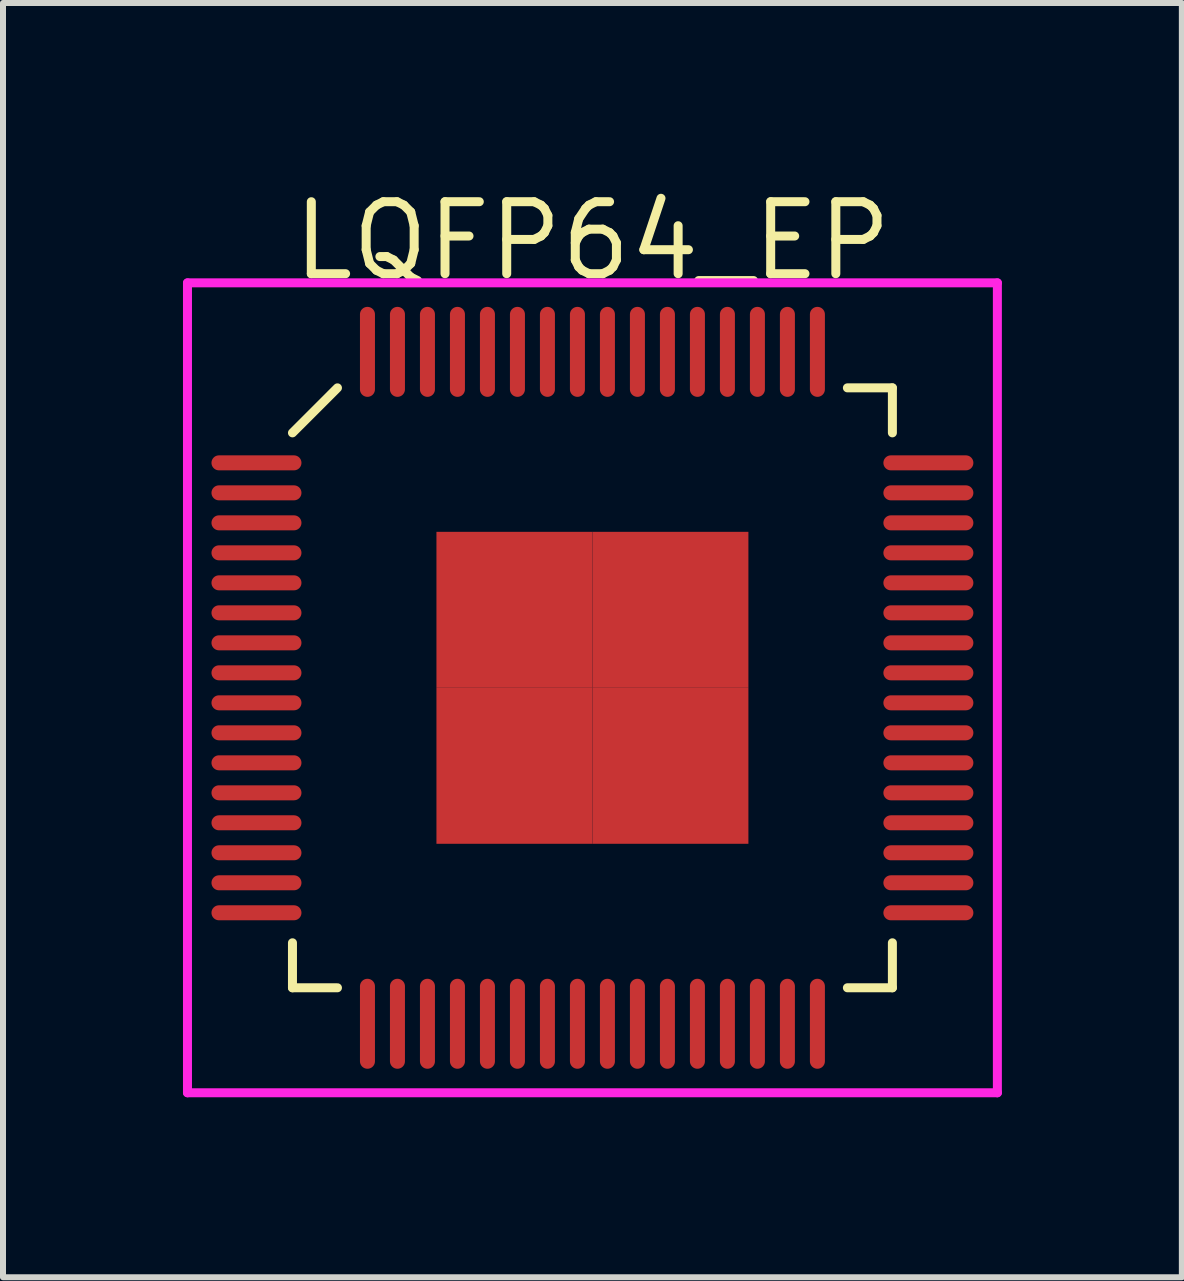
<source format=kicad_pcb>
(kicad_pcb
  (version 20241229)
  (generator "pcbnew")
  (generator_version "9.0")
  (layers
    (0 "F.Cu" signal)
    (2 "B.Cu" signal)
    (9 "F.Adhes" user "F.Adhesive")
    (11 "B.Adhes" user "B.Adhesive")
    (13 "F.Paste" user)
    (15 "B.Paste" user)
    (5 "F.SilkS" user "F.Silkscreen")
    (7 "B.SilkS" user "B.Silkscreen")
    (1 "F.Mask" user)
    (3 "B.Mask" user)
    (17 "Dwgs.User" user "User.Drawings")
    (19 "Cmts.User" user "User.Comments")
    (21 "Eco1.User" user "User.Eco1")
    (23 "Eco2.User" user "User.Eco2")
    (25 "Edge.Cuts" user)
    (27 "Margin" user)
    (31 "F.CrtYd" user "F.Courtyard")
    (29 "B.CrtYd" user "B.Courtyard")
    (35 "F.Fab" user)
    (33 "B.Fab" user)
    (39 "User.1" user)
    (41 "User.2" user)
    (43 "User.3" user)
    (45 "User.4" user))
  (footprint "LQFP64_EP"
    (layer "F.Cu")
    (at 6.825 8.415)
    (property "Reference" "LQFP64_EP" (at 0 -7.45 0) (layer "F.SilkS") (effects (font (size 1.2 1.2) (thickness 0.15))))
    (attr through_hole)
    (fp_line (start -5 -4.25) (end -4.25 -5) (stroke (width 0.15) (type solid)) (layer "F.SilkS"))
    (fp_line (start -5 5) (end -5 4.25) (stroke (width 0.15) (type solid)) (layer "F.SilkS"))
    (fp_line (start -4.25 5) (end -5 5) (stroke (width 0.15) (type solid)) (layer "F.SilkS"))
    (fp_line (start 4.25 -5) (end 5 -5) (stroke (width 0.15) (type solid)) (layer "F.SilkS"))
    (fp_line (start 4.25 5) (end 5 5) (stroke (width 0.15) (type solid)) (layer "F.SilkS"))
    (fp_line (start 5 -5) (end 5 -4.25) (stroke (width 0.15) (type solid)) (layer "F.SilkS"))
    (fp_line (start 5 5) (end 5 4.25) (stroke (width 0.15) (type solid)) (layer "F.SilkS"))
    (fp_line (start -6.75 -6.75) (end 6.75 -6.75) (stroke (width 0.15) (type solid)) (layer "F.CrtYd"))
    (fp_line (start -6.75 6.75) (end -6.75 -6.75) (stroke (width 0.15) (type solid)) (layer "F.CrtYd"))
    (fp_line (start 6.75 -6.75) (end 6.75 6.75) (stroke (width 0.15) (type solid)) (layer "F.CrtYd"))
    (fp_line (start 6.75 6.75) (end -6.75 6.75) (stroke (width 0.15) (type solid)) (layer "F.CrtYd"))
    (pad "1" smd oval (at -5.6 -3.75 90) (size 0.25 1.5) (layers "F.Cu" "F.Mask" "F.Paste"))
    (pad "2" smd oval (at -5.6 -3.25 90) (size 0.25 1.5) (layers "F.Cu" "F.Mask" "F.Paste"))
    (pad "3" smd oval (at -5.6 -2.75 90) (size 0.25 1.5) (layers "F.Cu" "F.Mask" "F.Paste"))
    (pad "4" smd oval (at -5.6 -2.25 90) (size 0.25 1.5) (layers "F.Cu" "F.Mask" "F.Paste"))
    (pad "5" smd oval (at -5.6 -1.75 90) (size 0.25 1.5) (layers "F.Cu" "F.Mask" "F.Paste"))
    (pad "6" smd oval (at -5.6 -1.25 90) (size 0.25 1.5) (layers "F.Cu" "F.Mask" "F.Paste"))
    (pad "7" smd oval (at -5.6 -0.75 90) (size 0.25 1.5) (layers "F.Cu" "F.Mask" "F.Paste"))
    (pad "8" smd oval (at -5.6 -0.25 90) (size 0.25 1.5) (layers "F.Cu" "F.Mask" "F.Paste"))
    (pad "9" smd oval (at -5.6 0.25 90) (size 0.25 1.5) (layers "F.Cu" "F.Mask" "F.Paste"))
    (pad "10" smd oval (at -5.6 0.75 90) (size 0.25 1.5) (layers "F.Cu" "F.Mask" "F.Paste"))
    (pad "11" smd oval (at -5.6 1.25 90) (size 0.25 1.5) (layers "F.Cu" "F.Mask" "F.Paste"))
    (pad "12" smd oval (at -5.6 1.75 90) (size 0.25 1.5) (layers "F.Cu" "F.Mask" "F.Paste"))
    (pad "13" smd oval (at -5.6 2.25 90) (size 0.25 1.5) (layers "F.Cu" "F.Mask" "F.Paste"))
    (pad "14" smd oval (at -5.6 2.75 90) (size 0.25 1.5) (layers "F.Cu" "F.Mask" "F.Paste"))
    (pad "15" smd oval (at -5.6 3.25 90) (size 0.25 1.5) (layers "F.Cu" "F.Mask" "F.Paste"))
    (pad "16" smd oval (at -5.6 3.75 90) (size 0.25 1.5) (layers "F.Cu" "F.Mask" "F.Paste"))
    (pad "17" smd oval (at -3.75 5.6) (size 0.25 1.5) (layers "F.Cu" "F.Mask" "F.Paste"))
    (pad "18" smd oval (at -3.25 5.6) (size 0.25 1.5) (layers "F.Cu" "F.Mask" "F.Paste"))
    (pad "19" smd oval (at -2.75 5.6) (size 0.25 1.5) (layers "F.Cu" "F.Mask" "F.Paste"))
    (pad "20" smd oval (at -2.25 5.6) (size 0.25 1.5) (layers "F.Cu" "F.Mask" "F.Paste"))
    (pad "21" smd oval (at -1.75 5.6) (size 0.25 1.5) (layers "F.Cu" "F.Mask" "F.Paste"))
    (pad "22" smd oval (at -1.25 5.6) (size 0.25 1.5) (layers "F.Cu" "F.Mask" "F.Paste"))
    (pad "23" smd oval (at -0.75 5.6) (size 0.25 1.5) (layers "F.Cu" "F.Mask" "F.Paste"))
    (pad "24" smd oval (at -0.25 5.6) (size 0.25 1.5) (layers "F.Cu" "F.Mask" "F.Paste"))
    (pad "25" smd oval (at 0.25 5.6) (size 0.25 1.5) (layers "F.Cu" "F.Mask" "F.Paste"))
    (pad "26" smd oval (at 0.75 5.6) (size 0.25 1.5) (layers "F.Cu" "F.Mask" "F.Paste"))
    (pad "27" smd oval (at 1.25 5.6) (size 0.25 1.5) (layers "F.Cu" "F.Mask" "F.Paste"))
    (pad "28" smd oval (at 1.75 5.6) (size 0.25 1.5) (layers "F.Cu" "F.Mask" "F.Paste"))
    (pad "29" smd oval (at 2.25 5.6) (size 0.25 1.5) (layers "F.Cu" "F.Mask" "F.Paste"))
    (pad "30" smd oval (at 2.75 5.6) (size 0.25 1.5) (layers "F.Cu" "F.Mask" "F.Paste"))
    (pad "31" smd oval (at 3.25 5.6) (size 0.25 1.5) (layers "F.Cu" "F.Mask" "F.Paste"))
    (pad "32" smd oval (at 3.75 5.6) (size 0.25 1.5) (layers "F.Cu" "F.Mask" "F.Paste"))
    (pad "33" smd oval (at 5.6 3.75 90) (size 0.25 1.5) (layers "F.Cu" "F.Mask" "F.Paste"))
    (pad "34" smd oval (at 5.6 3.25 90) (size 0.25 1.5) (layers "F.Cu" "F.Mask" "F.Paste"))
    (pad "35" smd oval (at 5.6 2.75 90) (size 0.25 1.5) (layers "F.Cu" "F.Mask" "F.Paste"))
    (pad "36" smd oval (at 5.6 2.25 90) (size 0.25 1.5) (layers "F.Cu" "F.Mask" "F.Paste"))
    (pad "37" smd oval (at 5.6 1.75 90) (size 0.25 1.5) (layers "F.Cu" "F.Mask" "F.Paste"))
    (pad "38" smd oval (at 5.6 1.25 90) (size 0.25 1.5) (layers "F.Cu" "F.Mask" "F.Paste"))
    (pad "39" smd oval (at 5.6 0.75 90) (size 0.25 1.5) (layers "F.Cu" "F.Mask" "F.Paste"))
    (pad "40" smd oval (at 5.6 0.25 90) (size 0.25 1.5) (layers "F.Cu" "F.Mask" "F.Paste"))
    (pad "41" smd oval (at 5.6 -0.25 90) (size 0.25 1.5) (layers "F.Cu" "F.Mask" "F.Paste"))
    (pad "42" smd oval (at 5.6 -0.75 90) (size 0.25 1.5) (layers "F.Cu" "F.Mask" "F.Paste"))
    (pad "43" smd oval (at 5.6 -1.25 90) (size 0.25 1.5) (layers "F.Cu" "F.Mask" "F.Paste"))
    (pad "44" smd oval (at 5.6 -1.75 90) (size 0.25 1.5) (layers "F.Cu" "F.Mask" "F.Paste"))
    (pad "45" smd oval (at 5.6 -2.25 90) (size 0.25 1.5) (layers "F.Cu" "F.Mask" "F.Paste"))
    (pad "46" smd oval (at 5.6 -2.75 90) (size 0.25 1.5) (layers "F.Cu" "F.Mask" "F.Paste"))
    (pad "47" smd oval (at 5.6 -3.25 90) (size 0.25 1.5) (layers "F.Cu" "F.Mask" "F.Paste"))
    (pad "48" smd oval (at 5.6 -3.75 90) (size 0.25 1.5) (layers "F.Cu" "F.Mask" "F.Paste"))
    (pad "49" smd oval (at 3.75 -5.6) (size 0.25 1.5) (layers "F.Cu" "F.Mask" "F.Paste"))
    (pad "50" smd oval (at 3.25 -5.6) (size 0.25 1.5) (layers "F.Cu" "F.Mask" "F.Paste"))
    (pad "51" smd oval (at 2.75 -5.6) (size 0.25 1.5) (layers "F.Cu" "F.Mask" "F.Paste"))
    (pad "52" smd oval (at 2.25 -5.6) (size 0.25 1.5) (layers "F.Cu" "F.Mask" "F.Paste"))
    (pad "53" smd oval (at 1.75 -5.6) (size 0.25 1.5) (layers "F.Cu" "F.Mask" "F.Paste"))
    (pad "54" smd oval (at 1.25 -5.6) (size 0.25 1.5) (layers "F.Cu" "F.Mask" "F.Paste"))
    (pad "55" smd oval (at 0.75 -5.6) (size 0.25 1.5) (layers "F.Cu" "F.Mask" "F.Paste"))
    (pad "56" smd oval (at 0.25 -5.6) (size 0.25 1.5) (layers "F.Cu" "F.Mask" "F.Paste"))
    (pad "57" smd oval (at -0.25 -5.6) (size 0.25 1.5) (layers "F.Cu" "F.Mask" "F.Paste"))
    (pad "58" smd oval (at -0.75 -5.6) (size 0.25 1.5) (layers "F.Cu" "F.Mask" "F.Paste"))
    (pad "59" smd oval (at -1.25 -5.6) (size 0.25 1.5) (layers "F.Cu" "F.Mask" "F.Paste"))
    (pad "60" smd oval (at -1.75 -5.6) (size 0.25 1.5) (layers "F.Cu" "F.Mask" "F.Paste"))
    (pad "61" smd oval (at -2.25 -5.6) (size 0.25 1.5) (layers "F.Cu" "F.Mask" "F.Paste"))
    (pad "62" smd oval (at -2.75 -5.6) (size 0.25 1.5) (layers "F.Cu" "F.Mask" "F.Paste"))
    (pad "63" smd oval (at -3.25 -5.6) (size 0.25 1.5) (layers "F.Cu" "F.Mask" "F.Paste"))
    (pad "64" smd oval (at -3.75 -5.6) (size 0.25 1.5) (layers "F.Cu" "F.Mask" "F.Paste"))
    (pad "65" smd rect (at -1.3 -1.3) (size 2.6 2.6) (layers "F.Cu" "F.Mask" "F.Paste"))
    (pad "65" smd rect (at -1.3 1.3) (size 2.6 2.6) (layers "F.Cu" "F.Mask" "F.Paste"))
    (pad "65" smd rect (at 1.3 -1.3) (size 2.6 2.6) (layers "F.Cu" "F.Mask" "F.Paste"))
    (pad "65" smd rect (at 1.3 1.3) (size 2.6 2.6) (layers "F.Cu" "F.Mask" "F.Paste")))
  (gr_rect
    (start -3 -3)
    (end 16.65 18.24)
    (stroke (width 0.1) (type default))
    (fill no)
    (layer "Edge.Cuts")))
</source>
